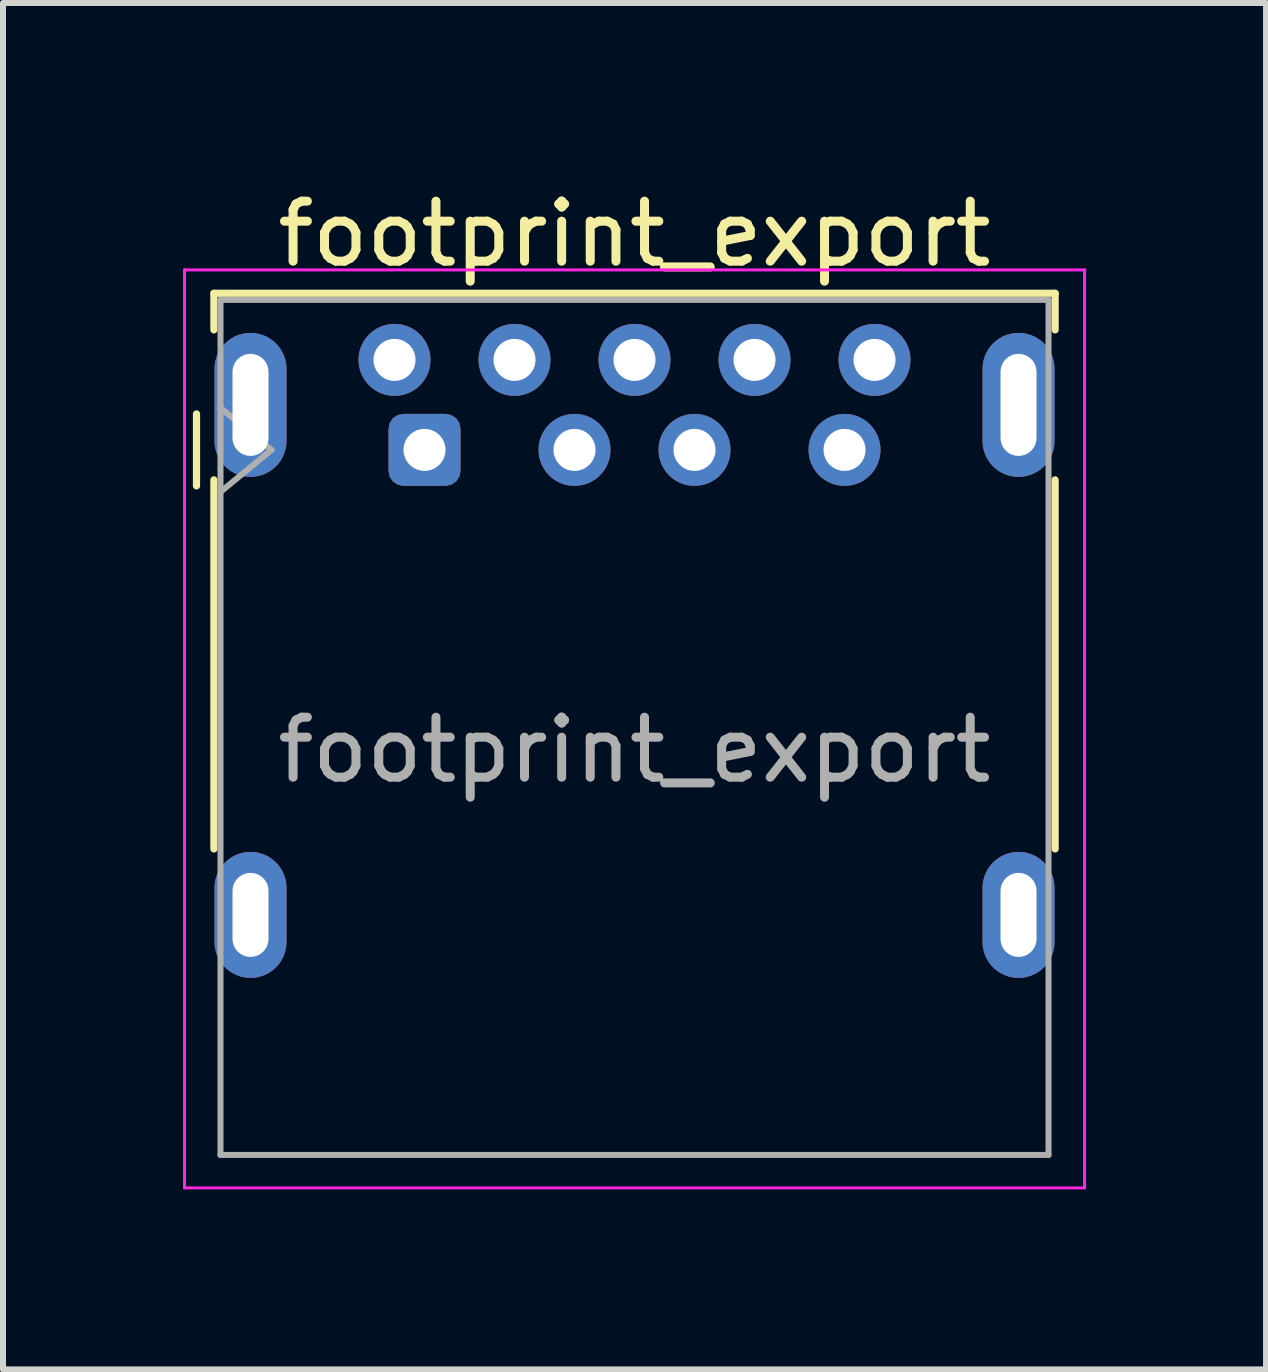
<source format=kicad_pcb>
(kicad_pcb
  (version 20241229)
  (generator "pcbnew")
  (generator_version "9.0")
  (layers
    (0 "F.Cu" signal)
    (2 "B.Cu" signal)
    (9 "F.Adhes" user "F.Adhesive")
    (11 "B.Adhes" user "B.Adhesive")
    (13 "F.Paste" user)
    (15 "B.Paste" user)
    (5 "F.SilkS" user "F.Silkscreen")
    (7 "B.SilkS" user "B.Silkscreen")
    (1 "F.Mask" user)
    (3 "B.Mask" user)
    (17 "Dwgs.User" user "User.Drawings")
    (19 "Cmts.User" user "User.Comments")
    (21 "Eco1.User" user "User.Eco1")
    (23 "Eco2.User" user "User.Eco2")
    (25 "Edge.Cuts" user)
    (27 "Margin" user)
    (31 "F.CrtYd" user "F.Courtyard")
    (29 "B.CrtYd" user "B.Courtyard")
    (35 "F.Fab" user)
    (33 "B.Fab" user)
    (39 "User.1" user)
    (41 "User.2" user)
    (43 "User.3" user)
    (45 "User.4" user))
  (footprint "footprint_export"
    (layer "F.Cu")
    (at 4.025 4.448)
    (property "Reference" "footprint_export" (at 3.5 -3.6 0) (layer "F.SilkS") (effects (font (size 1 1) (thickness 0.15))))
    (attr through_hole)
    (fp_line (start -3.8 -0.6) (end -3.8 0.6) (stroke (width 0.12) (type default)) (layer "F.SilkS"))
    (fp_line (start -3.51 -2.61) (end -3.51 -2) (stroke (width 0.12) (type solid)) (layer "F.SilkS"))
    (fp_line (start -3.51 -2.61) (end 10.51 -2.61) (stroke (width 0.12) (type solid)) (layer "F.SilkS"))
    (fp_line (start -3.51 6.65) (end -3.51 0.5) (stroke (width 0.12) (type solid)) (layer "F.SilkS"))
    (fp_line (start 10.51 -2.61) (end 10.51 -2) (stroke (width 0.12) (type solid)) (layer "F.SilkS"))
    (fp_line (start 10.51 6.65) (end 10.51 0.5) (stroke (width 0.12) (type solid)) (layer "F.SilkS"))
    (fp_line (start -4 -3) (end 11 -3) (stroke (width 0.05) (type solid)) (layer "F.CrtYd"))
    (fp_line (start -4 12.3) (end -4 -3) (stroke (width 0.05) (type solid)) (layer "F.CrtYd"))
    (fp_line (start 11 -3) (end 11 12.3) (stroke (width 0.05) (type solid)) (layer "F.CrtYd"))
    (fp_line (start 11 12.3) (end -4 12.3) (stroke (width 0.05) (type solid)) (layer "F.CrtYd"))
    (fp_line (start -3.4 -2.5) (end 10.4 -2.5) (stroke (width 0.1) (type solid)) (layer "F.Fab"))
    (fp_line (start -3.4 -0.7) (end -2.55 0) (stroke (width 0.1) (type default)) (layer "F.Fab"))
    (fp_line (start -3.4 0.7) (end -2.55 0) (stroke (width 0.1) (type default)) (layer "F.Fab"))
    (fp_line (start -3.4 11.75) (end -3.4 -2.5) (stroke (width 0.1) (type solid)) (layer "F.Fab"))
    (fp_line (start 10.4 -2.5) (end 10.4 11.75) (stroke (width 0.1) (type solid)) (layer "F.Fab"))
    (fp_line (start 10.4 11.75) (end -3.4 11.75) (stroke (width 0.1) (type solid)) (layer "F.Fab"))
    (fp_text user "${REFERENCE}" (at 3.5 5 0) (layer "F.Fab") (effects (font (size 1 1) (thickness 0.15))))
    (pad "1" thru_hole roundrect (at 0 0) (size 1.2 1.2) (drill 0.7) (layers "*.Cu" "*.Mask") (roundrect_rratio 0.208))
    (pad "2" thru_hole circle (at 2.5 0) (size 1.2 1.2) (drill 0.7) (layers "*.Cu" "*.Mask"))
    (pad "3" thru_hole circle (at 4.5 0) (size 1.2 1.2) (drill 0.7) (layers "*.Cu" "*.Mask"))
    (pad "4" thru_hole circle (at 7 0) (size 1.2 1.2) (drill 0.7) (layers "*.Cu" "*.Mask"))
    (pad "5" thru_hole circle (at 7.5 -1.5) (size 1.2 1.2) (drill 0.7) (layers "*.Cu" "*.Mask"))
    (pad "6" thru_hole circle (at 5.5 -1.5) (size 1.2 1.2) (drill 0.7) (layers "*.Cu" "*.Mask"))
    (pad "7" thru_hole circle (at 3.5 -1.5) (size 1.2 1.2) (drill 0.7) (layers "*.Cu" "*.Mask"))
    (pad "8" thru_hole circle (at 1.5 -1.5) (size 1.2 1.2) (drill 0.7) (layers "*.Cu" "*.Mask"))
    (pad "9" thru_hole circle (at -0.5 -1.5) (size 1.2 1.2) (drill 0.7) (layers "*.Cu" "*.Mask"))
    (pad "10" thru_hole oval (at -2.9 -0.75) (size 1.2 2.4) (drill oval 0.6 1.7) (layers "*.Cu" "*.Mask"))
    (pad "10" thru_hole oval (at -2.9 7.75) (size 1.2 2.1) (drill oval 0.6 1.4) (layers "*.Cu" "*.Mask"))
    (pad "10" thru_hole oval (at 9.9 -0.75) (size 1.2 2.4) (drill oval 0.6 1.7) (layers "*.Cu" "*.Mask"))
    (pad "10" thru_hole oval (at 9.9 7.75) (size 1.2 2.1) (drill oval 0.6 1.4) (layers "*.Cu" "*.Mask")))
  (gr_rect
    (start -3 -3)
    (end 18.05 19.773)
    (stroke (width 0.1) (type default))
    (fill no)
    (layer "Edge.Cuts")))
</source>
